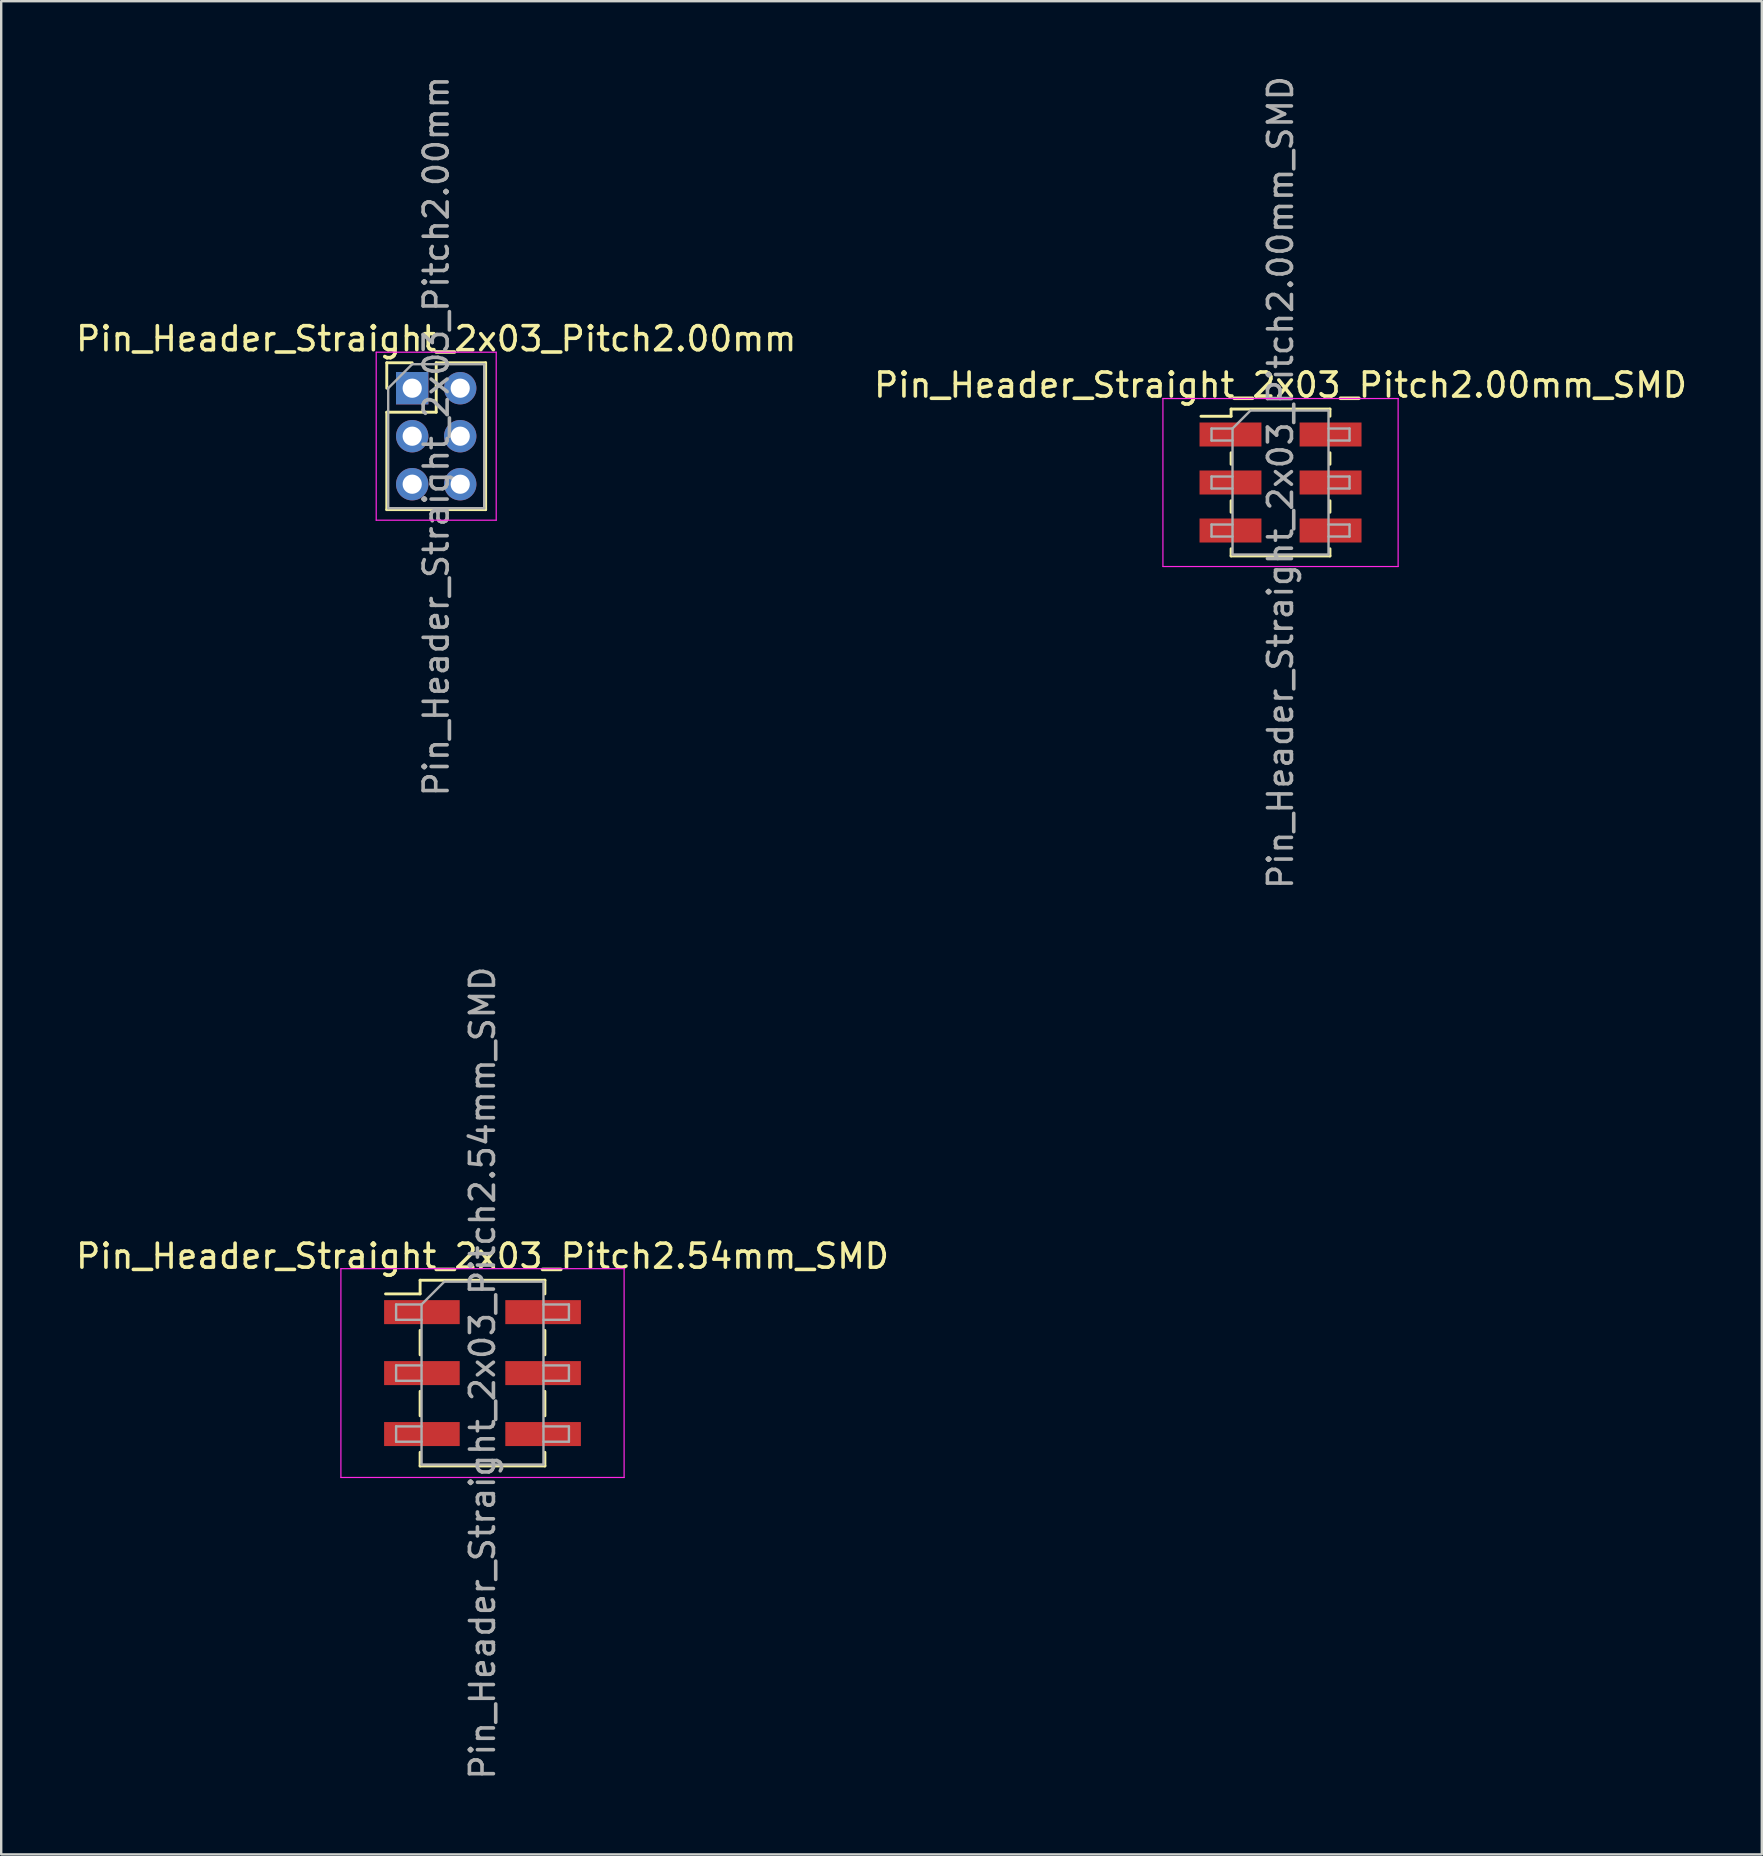
<source format=kicad_pcb>
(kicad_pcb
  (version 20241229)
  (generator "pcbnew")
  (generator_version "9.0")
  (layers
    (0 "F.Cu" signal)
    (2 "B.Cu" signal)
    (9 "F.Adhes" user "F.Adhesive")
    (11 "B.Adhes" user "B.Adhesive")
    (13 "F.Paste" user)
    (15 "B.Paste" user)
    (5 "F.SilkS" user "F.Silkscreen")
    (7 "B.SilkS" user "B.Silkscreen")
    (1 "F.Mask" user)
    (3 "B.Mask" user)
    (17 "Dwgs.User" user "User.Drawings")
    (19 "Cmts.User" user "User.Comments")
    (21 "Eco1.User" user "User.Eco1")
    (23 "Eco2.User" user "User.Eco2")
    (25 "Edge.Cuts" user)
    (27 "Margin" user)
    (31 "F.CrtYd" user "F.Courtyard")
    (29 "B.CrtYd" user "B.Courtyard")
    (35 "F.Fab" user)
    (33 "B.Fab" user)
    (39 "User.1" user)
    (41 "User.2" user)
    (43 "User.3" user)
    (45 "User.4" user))
  (footprint "Pin_Header_Straight_2x03_Pitch2.00mm"
    (layer "F.Cu")
    (at 14.125 13.125)
    (property "Reference" "Pin_Header_Straight_2x03_Pitch2.00mm" (at 1 -2.06 0) (layer "F.SilkS") (effects (font (size 1 1) (thickness 0.15))))
    (attr through_hole)
    (fp_line (start -1.06 -1.06) (end 0 -1.06) (stroke (width 0.12) (type solid)) (layer "F.SilkS"))
    (fp_line (start -1.06 0) (end -1.06 -1.06) (stroke (width 0.12) (type solid)) (layer "F.SilkS"))
    (fp_line (start -1.06 1) (end -1.06 5.06) (stroke (width 0.12) (type solid)) (layer "F.SilkS"))
    (fp_line (start -1.06 1) (end 1 1) (stroke (width 0.12) (type solid)) (layer "F.SilkS"))
    (fp_line (start -1.06 5.06) (end 3.06 5.06) (stroke (width 0.12) (type solid)) (layer "F.SilkS"))
    (fp_line (start 1 -1.06) (end 3.06 -1.06) (stroke (width 0.12) (type solid)) (layer "F.SilkS"))
    (fp_line (start 1 1) (end 1 -1.06) (stroke (width 0.12) (type solid)) (layer "F.SilkS"))
    (fp_line (start 3.06 -1.06) (end 3.06 5.06) (stroke (width 0.12) (type solid)) (layer "F.SilkS"))
    (fp_line (start -1.5 -1.5) (end -1.5 5.5) (stroke (width 0.05) (type solid)) (layer "F.CrtYd"))
    (fp_line (start -1.5 5.5) (end 3.5 5.5) (stroke (width 0.05) (type solid)) (layer "F.CrtYd"))
    (fp_line (start 3.5 -1.5) (end -1.5 -1.5) (stroke (width 0.05) (type solid)) (layer "F.CrtYd"))
    (fp_line (start 3.5 5.5) (end 3.5 -1.5) (stroke (width 0.05) (type solid)) (layer "F.CrtYd"))
    (fp_line (start -1 0) (end 0 -1) (stroke (width 0.1) (type solid)) (layer "F.Fab"))
    (fp_line (start -1 5) (end -1 0) (stroke (width 0.1) (type solid)) (layer "F.Fab"))
    (fp_line (start 0 -1) (end 3 -1) (stroke (width 0.1) (type solid)) (layer "F.Fab"))
    (fp_line (start 3 -1) (end 3 5) (stroke (width 0.1) (type solid)) (layer "F.Fab"))
    (fp_line (start 3 5) (end -1 5) (stroke (width 0.1) (type solid)) (layer "F.Fab"))
    (fp_text user "${REFERENCE}" (at 1 2 90) (layer "F.Fab") (effects (font (size 1 1) (thickness 0.15))))
    (pad "1" thru_hole rect (at 0 0) (size 1.35 1.35) (drill 0.8) (layers "*.Cu" "*.Mask"))
    (pad "2" thru_hole oval (at 2 0) (size 1.35 1.35) (drill 0.8) (layers "*.Cu" "*.Mask"))
    (pad "3" thru_hole oval (at 0 2) (size 1.35 1.35) (drill 0.8) (layers "*.Cu" "*.Mask"))
    (pad "4" thru_hole oval (at 2 2) (size 1.35 1.35) (drill 0.8) (layers "*.Cu" "*.Mask"))
    (pad "5" thru_hole oval (at 0 4) (size 1.35 1.35) (drill 0.8) (layers "*.Cu" "*.Mask"))
    (pad "6" thru_hole oval (at 2 4) (size 1.35 1.35) (drill 0.8) (layers "*.Cu" "*.Mask")))
  (footprint "Pin_Header_Straight_2x03_Pitch2.54mm_SMD"
    (layer "F.Cu")
    (at 17.054 54.161)
    (property "Reference" "Pin_Header_Straight_2x03_Pitch2.54mm_SMD" (at 0 -4.87 0) (layer "F.SilkS") (effects (font (size 1 1) (thickness 0.15))))
    (attr smd)
    (fp_line (start -4.04 -3.3) (end -2.6 -3.3) (stroke (width 0.12) (type solid)) (layer "F.SilkS"))
    (fp_line (start -2.6 -3.87) (end -2.6 -3.3) (stroke (width 0.12) (type solid)) (layer "F.SilkS"))
    (fp_line (start -2.6 -3.87) (end 2.6 -3.87) (stroke (width 0.12) (type solid)) (layer "F.SilkS"))
    (fp_line (start -2.6 -1.78) (end -2.6 -0.76) (stroke (width 0.12) (type solid)) (layer "F.SilkS"))
    (fp_line (start -2.6 0.76) (end -2.6 1.78) (stroke (width 0.12) (type solid)) (layer "F.SilkS"))
    (fp_line (start -2.6 3.3) (end -2.6 3.87) (stroke (width 0.12) (type solid)) (layer "F.SilkS"))
    (fp_line (start -2.6 3.87) (end 2.6 3.87) (stroke (width 0.12) (type solid)) (layer "F.SilkS"))
    (fp_line (start 2.6 -3.87) (end 2.6 -3.3) (stroke (width 0.12) (type solid)) (layer "F.SilkS"))
    (fp_line (start 2.6 -1.78) (end 2.6 -0.76) (stroke (width 0.12) (type solid)) (layer "F.SilkS"))
    (fp_line (start 2.6 0.76) (end 2.6 1.78) (stroke (width 0.12) (type solid)) (layer "F.SilkS"))
    (fp_line (start 2.6 3.3) (end 2.6 3.87) (stroke (width 0.12) (type solid)) (layer "F.SilkS"))
    (fp_line (start -5.9 -4.35) (end -5.9 4.35) (stroke (width 0.05) (type solid)) (layer "F.CrtYd"))
    (fp_line (start -5.9 4.35) (end 5.9 4.35) (stroke (width 0.05) (type solid)) (layer "F.CrtYd"))
    (fp_line (start 5.9 -4.35) (end -5.9 -4.35) (stroke (width 0.05) (type solid)) (layer "F.CrtYd"))
    (fp_line (start 5.9 4.35) (end 5.9 -4.35) (stroke (width 0.05) (type solid)) (layer "F.CrtYd"))
    (fp_line (start -3.6 -2.86) (end -3.6 -2.22) (stroke (width 0.1) (type solid)) (layer "F.Fab"))
    (fp_line (start -3.6 -2.22) (end -2.54 -2.22) (stroke (width 0.1) (type solid)) (layer "F.Fab"))
    (fp_line (start -3.6 -0.32) (end -3.6 0.32) (stroke (width 0.1) (type solid)) (layer "F.Fab"))
    (fp_line (start -3.6 0.32) (end -2.54 0.32) (stroke (width 0.1) (type solid)) (layer "F.Fab"))
    (fp_line (start -3.6 2.22) (end -3.6 2.86) (stroke (width 0.1) (type solid)) (layer "F.Fab"))
    (fp_line (start -3.6 2.86) (end -2.54 2.86) (stroke (width 0.1) (type solid)) (layer "F.Fab"))
    (fp_line (start -2.54 -2.86) (end -3.6 -2.86) (stroke (width 0.1) (type solid)) (layer "F.Fab"))
    (fp_line (start -2.54 -2.86) (end -1.59 -3.81) (stroke (width 0.1) (type solid)) (layer "F.Fab"))
    (fp_line (start -2.54 -0.32) (end -3.6 -0.32) (stroke (width 0.1) (type solid)) (layer "F.Fab"))
    (fp_line (start -2.54 2.22) (end -3.6 2.22) (stroke (width 0.1) (type solid)) (layer "F.Fab"))
    (fp_line (start -2.54 3.81) (end -2.54 -2.86) (stroke (width 0.1) (type solid)) (layer "F.Fab"))
    (fp_line (start -1.59 -3.81) (end 2.54 -3.81) (stroke (width 0.1) (type solid)) (layer "F.Fab"))
    (fp_line (start 2.54 -3.81) (end 2.54 3.81) (stroke (width 0.1) (type solid)) (layer "F.Fab"))
    (fp_line (start 2.54 -2.86) (end 3.6 -2.86) (stroke (width 0.1) (type solid)) (layer "F.Fab"))
    (fp_line (start 2.54 -0.32) (end 3.6 -0.32) (stroke (width 0.1) (type solid)) (layer "F.Fab"))
    (fp_line (start 2.54 2.22) (end 3.6 2.22) (stroke (width 0.1) (type solid)) (layer "F.Fab"))
    (fp_line (start 2.54 3.81) (end -2.54 3.81) (stroke (width 0.1) (type solid)) (layer "F.Fab"))
    (fp_line (start 3.6 -2.86) (end 3.6 -2.22) (stroke (width 0.1) (type solid)) (layer "F.Fab"))
    (fp_line (start 3.6 -2.22) (end 2.54 -2.22) (stroke (width 0.1) (type solid)) (layer "F.Fab"))
    (fp_line (start 3.6 -0.32) (end 3.6 0.32) (stroke (width 0.1) (type solid)) (layer "F.Fab"))
    (fp_line (start 3.6 0.32) (end 2.54 0.32) (stroke (width 0.1) (type solid)) (layer "F.Fab"))
    (fp_line (start 3.6 2.22) (end 3.6 2.86) (stroke (width 0.1) (type solid)) (layer "F.Fab"))
    (fp_line (start 3.6 2.86) (end 2.54 2.86) (stroke (width 0.1) (type solid)) (layer "F.Fab"))
    (fp_text user "${REFERENCE}" (at 0 0 90) (layer "F.Fab") (effects (font (size 1 1) (thickness 0.15))))
    (pad "1" smd rect (at -2.525 -2.54) (size 3.15 1) (layers "F.Cu" "F.Mask" "F.Paste"))
    (pad "2" smd rect (at 2.525 -2.54) (size 3.15 1) (layers "F.Cu" "F.Mask" "F.Paste"))
    (pad "3" smd rect (at -2.525 0) (size 3.15 1) (layers "F.Cu" "F.Mask" "F.Paste"))
    (pad "4" smd rect (at 2.525 0) (size 3.15 1) (layers "F.Cu" "F.Mask" "F.Paste"))
    (pad "5" smd rect (at -2.525 2.54) (size 3.15 1) (layers "F.Cu" "F.Mask" "F.Paste"))
    (pad "6" smd rect (at 2.525 2.54) (size 3.15 1) (layers "F.Cu" "F.Mask" "F.Paste")))
  (footprint "Pin_Header_Straight_2x03_Pitch2.00mm_SMD"
    (layer "F.Cu")
    (at 50.304 17.054)
    (property "Reference" "Pin_Header_Straight_2x03_Pitch2.00mm_SMD" (at 0 -4.06 0) (layer "F.SilkS") (effects (font (size 1 1) (thickness 0.15))))
    (attr smd)
    (fp_line (start -3.315 -2.76) (end -2.06 -2.76) (stroke (width 0.12) (type solid)) (layer "F.SilkS"))
    (fp_line (start -2.06 -3.06) (end -2.06 -2.76) (stroke (width 0.12) (type solid)) (layer "F.SilkS"))
    (fp_line (start -2.06 -3.06) (end 2.06 -3.06) (stroke (width 0.12) (type solid)) (layer "F.SilkS"))
    (fp_line (start -2.06 -1.24) (end -2.06 -0.76) (stroke (width 0.12) (type solid)) (layer "F.SilkS"))
    (fp_line (start -2.06 0.76) (end -2.06 1.24) (stroke (width 0.12) (type solid)) (layer "F.SilkS"))
    (fp_line (start -2.06 2.76) (end -2.06 3.06) (stroke (width 0.12) (type solid)) (layer "F.SilkS"))
    (fp_line (start -2.06 3.06) (end 2.06 3.06) (stroke (width 0.12) (type solid)) (layer "F.SilkS"))
    (fp_line (start 2.06 -3.06) (end 2.06 -2.76) (stroke (width 0.12) (type solid)) (layer "F.SilkS"))
    (fp_line (start 2.06 -1.24) (end 2.06 -0.76) (stroke (width 0.12) (type solid)) (layer "F.SilkS"))
    (fp_line (start 2.06 0.76) (end 2.06 1.24) (stroke (width 0.12) (type solid)) (layer "F.SilkS"))
    (fp_line (start 2.06 2.76) (end 2.06 3.06) (stroke (width 0.12) (type solid)) (layer "F.SilkS"))
    (fp_line (start -4.9 -3.5) (end -4.9 3.5) (stroke (width 0.05) (type solid)) (layer "F.CrtYd"))
    (fp_line (start -4.9 3.5) (end 4.9 3.5) (stroke (width 0.05) (type solid)) (layer "F.CrtYd"))
    (fp_line (start 4.9 -3.5) (end -4.9 -3.5) (stroke (width 0.05) (type solid)) (layer "F.CrtYd"))
    (fp_line (start 4.9 3.5) (end 4.9 -3.5) (stroke (width 0.05) (type solid)) (layer "F.CrtYd"))
    (fp_line (start -2.875 -2.25) (end -2.875 -1.75) (stroke (width 0.1) (type solid)) (layer "F.Fab"))
    (fp_line (start -2.875 -1.75) (end -2 -1.75) (stroke (width 0.1) (type solid)) (layer "F.Fab"))
    (fp_line (start -2.875 -0.25) (end -2.875 0.25) (stroke (width 0.1) (type solid)) (layer "F.Fab"))
    (fp_line (start -2.875 0.25) (end -2 0.25) (stroke (width 0.1) (type solid)) (layer "F.Fab"))
    (fp_line (start -2.875 1.75) (end -2.875 2.25) (stroke (width 0.1) (type solid)) (layer "F.Fab"))
    (fp_line (start -2.875 2.25) (end -2 2.25) (stroke (width 0.1) (type solid)) (layer "F.Fab"))
    (fp_line (start -2 -2.25) (end -2.875 -2.25) (stroke (width 0.1) (type solid)) (layer "F.Fab"))
    (fp_line (start -2 -2.25) (end -1.25 -3) (stroke (width 0.1) (type solid)) (layer "F.Fab"))
    (fp_line (start -2 -0.25) (end -2.875 -0.25) (stroke (width 0.1) (type solid)) (layer "F.Fab"))
    (fp_line (start -2 1.75) (end -2.875 1.75) (stroke (width 0.1) (type solid)) (layer "F.Fab"))
    (fp_line (start -2 3) (end -2 -2.25) (stroke (width 0.1) (type solid)) (layer "F.Fab"))
    (fp_line (start -1.25 -3) (end 2 -3) (stroke (width 0.1) (type solid)) (layer "F.Fab"))
    (fp_line (start 2 -3) (end 2 3) (stroke (width 0.1) (type solid)) (layer "F.Fab"))
    (fp_line (start 2 -2.25) (end 2.875 -2.25) (stroke (width 0.1) (type solid)) (layer "F.Fab"))
    (fp_line (start 2 -0.25) (end 2.875 -0.25) (stroke (width 0.1) (type solid)) (layer "F.Fab"))
    (fp_line (start 2 1.75) (end 2.875 1.75) (stroke (width 0.1) (type solid)) (layer "F.Fab"))
    (fp_line (start 2 3) (end -2 3) (stroke (width 0.1) (type solid)) (layer "F.Fab"))
    (fp_line (start 2.875 -2.25) (end 2.875 -1.75) (stroke (width 0.1) (type solid)) (layer "F.Fab"))
    (fp_line (start 2.875 -1.75) (end 2 -1.75) (stroke (width 0.1) (type solid)) (layer "F.Fab"))
    (fp_line (start 2.875 -0.25) (end 2.875 0.25) (stroke (width 0.1) (type solid)) (layer "F.Fab"))
    (fp_line (start 2.875 0.25) (end 2 0.25) (stroke (width 0.1) (type solid)) (layer "F.Fab"))
    (fp_line (start 2.875 1.75) (end 2.875 2.25) (stroke (width 0.1) (type solid)) (layer "F.Fab"))
    (fp_line (start 2.875 2.25) (end 2 2.25) (stroke (width 0.1) (type solid)) (layer "F.Fab"))
    (fp_text user "${REFERENCE}" (at 0 0 90) (layer "F.Fab") (effects (font (size 1 1) (thickness 0.15))))
    (pad "1" smd rect (at -2.085 -2) (size 2.58 1) (layers "F.Cu" "F.Mask" "F.Paste"))
    (pad "2" smd rect (at 2.085 -2) (size 2.58 1) (layers "F.Cu" "F.Mask" "F.Paste"))
    (pad "3" smd rect (at -2.085 0) (size 2.58 1) (layers "F.Cu" "F.Mask" "F.Paste"))
    (pad "4" smd rect (at 2.085 0) (size 2.58 1) (layers "F.Cu" "F.Mask" "F.Paste"))
    (pad "5" smd rect (at -2.085 2) (size 2.58 1) (layers "F.Cu" "F.Mask" "F.Paste"))
    (pad "6" smd rect (at 2.085 2) (size 2.58 1) (layers "F.Cu" "F.Mask" "F.Paste")))
  (gr_rect
    (start -3 -3)
    (end 70.357 74.214)
    (stroke (width 0.1) (type default))
    (fill no)
    (layer "Edge.Cuts")))
</source>
